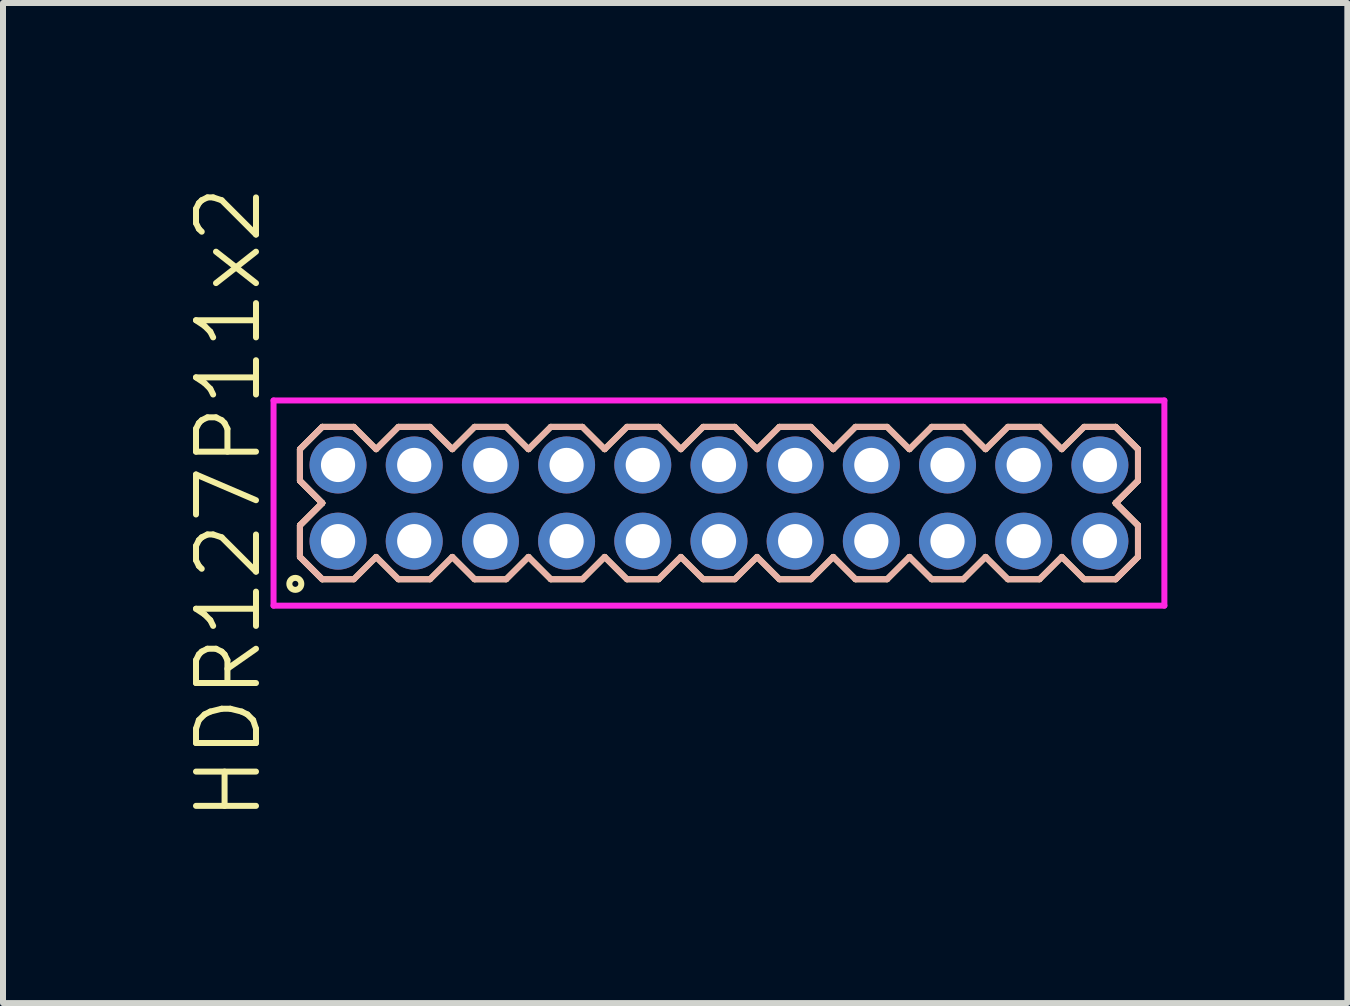
<source format=kicad_pcb>
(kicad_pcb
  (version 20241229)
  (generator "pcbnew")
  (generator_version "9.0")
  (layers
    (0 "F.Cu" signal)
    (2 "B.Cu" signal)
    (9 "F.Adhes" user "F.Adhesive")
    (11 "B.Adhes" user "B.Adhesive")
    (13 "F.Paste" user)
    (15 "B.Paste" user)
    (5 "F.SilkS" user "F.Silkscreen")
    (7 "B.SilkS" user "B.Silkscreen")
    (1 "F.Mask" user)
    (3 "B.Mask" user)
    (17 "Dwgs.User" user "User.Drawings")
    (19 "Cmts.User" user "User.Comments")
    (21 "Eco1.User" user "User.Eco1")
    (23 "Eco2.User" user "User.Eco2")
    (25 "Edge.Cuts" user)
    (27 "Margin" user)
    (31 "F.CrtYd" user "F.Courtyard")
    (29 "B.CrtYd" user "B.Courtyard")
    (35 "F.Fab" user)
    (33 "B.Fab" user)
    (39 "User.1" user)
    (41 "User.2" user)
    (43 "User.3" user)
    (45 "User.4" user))
  (footprint "HDR127P11x2"
    (layer "F.Cu")
    (at 8.935 5.336)
    (property "Reference" "HDR127P11x2" (at -8.175 0 90) (layer "F.SilkS") (effects (font (size 1 1) (thickness 0.1))))
    (attr through_hole)
    (fp_line (start -6.985 -0.898) (end -6.613 -1.27) (stroke (width 0.1) (type solid)) (layer "F.SilkS"))
    (fp_line (start -6.985 -0.898) (end -6.613 -1.27) (stroke (width 0.1) (type solid)) (layer "F.SilkS"))
    (fp_line (start -6.985 -0.372) (end -6.985 -0.898) (stroke (width 0.1) (type solid)) (layer "F.SilkS"))
    (fp_line (start -6.985 -0.372) (end -6.985 -0.898) (stroke (width 0.1) (type solid)) (layer "F.SilkS"))
    (fp_line (start -6.985 0.372) (end -6.613 0) (stroke (width 0.1) (type solid)) (layer "F.SilkS"))
    (fp_line (start -6.985 0.372) (end -6.613 0) (stroke (width 0.1) (type solid)) (layer "F.SilkS"))
    (fp_line (start -6.985 0.898) (end -6.985 0.372) (stroke (width 0.1) (type solid)) (layer "F.SilkS"))
    (fp_line (start -6.985 0.898) (end -6.985 0.372) (stroke (width 0.1) (type solid)) (layer "F.SilkS"))
    (fp_line (start -6.613 -1.27) (end -6.087 -1.27) (stroke (width 0.1) (type solid)) (layer "F.SilkS"))
    (fp_line (start -6.613 0) (end -6.985 -0.372) (stroke (width 0.1) (type solid)) (layer "F.SilkS"))
    (fp_line (start -6.613 0) (end -6.985 -0.372) (stroke (width 0.1) (type solid)) (layer "F.SilkS"))
    (fp_line (start -6.613 1.27) (end -6.985 0.898) (stroke (width 0.1) (type solid)) (layer "F.SilkS"))
    (fp_line (start -6.613 1.27) (end -6.985 0.898) (stroke (width 0.1) (type solid)) (layer "F.SilkS"))
    (fp_line (start -6.087 -1.27) (end -5.715 -0.898) (stroke (width 0.1) (type solid)) (layer "F.SilkS"))
    (fp_line (start -6.087 1.27) (end -6.613 1.27) (stroke (width 0.1) (type solid)) (layer "F.SilkS"))
    (fp_line (start -5.715 -0.898) (end -5.343 -1.27) (stroke (width 0.1) (type solid)) (layer "F.SilkS"))
    (fp_line (start -5.715 0.898) (end -6.087 1.27) (stroke (width 0.1) (type solid)) (layer "F.SilkS"))
    (fp_line (start -5.343 -1.27) (end -4.817 -1.27) (stroke (width 0.1) (type solid)) (layer "F.SilkS"))
    (fp_line (start -5.343 1.27) (end -5.715 0.898) (stroke (width 0.1) (type solid)) (layer "F.SilkS"))
    (fp_line (start -4.817 -1.27) (end -4.445 -0.898) (stroke (width 0.1) (type solid)) (layer "F.SilkS"))
    (fp_line (start -4.817 1.27) (end -5.343 1.27) (stroke (width 0.1) (type solid)) (layer "F.SilkS"))
    (fp_line (start -4.445 -0.898) (end -4.073 -1.27) (stroke (width 0.1) (type solid)) (layer "F.SilkS"))
    (fp_line (start -4.445 0.898) (end -4.817 1.27) (stroke (width 0.1) (type solid)) (layer "F.SilkS"))
    (fp_line (start -4.073 -1.27) (end -3.547 -1.27) (stroke (width 0.1) (type solid)) (layer "F.SilkS"))
    (fp_line (start -4.073 1.27) (end -4.445 0.898) (stroke (width 0.1) (type solid)) (layer "F.SilkS"))
    (fp_line (start -3.547 -1.27) (end -3.175 -0.898) (stroke (width 0.1) (type solid)) (layer "F.SilkS"))
    (fp_line (start -3.547 1.27) (end -4.073 1.27) (stroke (width 0.1) (type solid)) (layer "F.SilkS"))
    (fp_line (start -3.175 -0.898) (end -2.803 -1.27) (stroke (width 0.1) (type solid)) (layer "F.SilkS"))
    (fp_line (start -3.175 0.898) (end -3.547 1.27) (stroke (width 0.1) (type solid)) (layer "F.SilkS"))
    (fp_line (start -2.803 -1.27) (end -2.277 -1.27) (stroke (width 0.1) (type solid)) (layer "F.SilkS"))
    (fp_line (start -2.803 1.27) (end -3.175 0.898) (stroke (width 0.1) (type solid)) (layer "F.SilkS"))
    (fp_line (start -2.277 -1.27) (end -1.905 -0.898) (stroke (width 0.1) (type solid)) (layer "F.SilkS"))
    (fp_line (start -2.277 1.27) (end -2.803 1.27) (stroke (width 0.1) (type solid)) (layer "F.SilkS"))
    (fp_line (start -1.905 -0.898) (end -1.533 -1.27) (stroke (width 0.1) (type solid)) (layer "F.SilkS"))
    (fp_line (start -1.905 0.898) (end -2.277 1.27) (stroke (width 0.1) (type solid)) (layer "F.SilkS"))
    (fp_line (start -1.533 -1.27) (end -1.007 -1.27) (stroke (width 0.1) (type solid)) (layer "F.SilkS"))
    (fp_line (start -1.533 1.27) (end -1.905 0.898) (stroke (width 0.1) (type solid)) (layer "F.SilkS"))
    (fp_line (start -1.007 -1.27) (end -0.635 -0.898) (stroke (width 0.1) (type solid)) (layer "F.SilkS"))
    (fp_line (start -1.007 1.27) (end -1.533 1.27) (stroke (width 0.1) (type solid)) (layer "F.SilkS"))
    (fp_line (start -0.635 -0.898) (end -0.263 -1.27) (stroke (width 0.1) (type solid)) (layer "F.SilkS"))
    (fp_line (start -0.635 0.898) (end -1.007 1.27) (stroke (width 0.1) (type solid)) (layer "F.SilkS"))
    (fp_line (start -0.263 -1.27) (end 0.263 -1.27) (stroke (width 0.1) (type solid)) (layer "F.SilkS"))
    (fp_line (start -0.263 1.27) (end -0.635 0.898) (stroke (width 0.1) (type solid)) (layer "F.SilkS"))
    (fp_line (start 0.263 -1.27) (end 0.635 -0.898) (stroke (width 0.1) (type solid)) (layer "F.SilkS"))
    (fp_line (start 0.263 1.27) (end -0.263 1.27) (stroke (width 0.1) (type solid)) (layer "F.SilkS"))
    (fp_line (start 0.635 -0.898) (end 1.007 -1.27) (stroke (width 0.1) (type solid)) (layer "F.SilkS"))
    (fp_line (start 0.635 0.898) (end 0.263 1.27) (stroke (width 0.1) (type solid)) (layer "F.SilkS"))
    (fp_line (start 1.007 -1.27) (end 1.533 -1.27) (stroke (width 0.1) (type solid)) (layer "F.SilkS"))
    (fp_line (start 1.007 1.27) (end 0.635 0.898) (stroke (width 0.1) (type solid)) (layer "F.SilkS"))
    (fp_line (start 1.533 -1.27) (end 1.905 -0.898) (stroke (width 0.1) (type solid)) (layer "F.SilkS"))
    (fp_line (start 1.533 1.27) (end 1.007 1.27) (stroke (width 0.1) (type solid)) (layer "F.SilkS"))
    (fp_line (start 1.905 -0.898) (end 2.277 -1.27) (stroke (width 0.1) (type solid)) (layer "F.SilkS"))
    (fp_line (start 1.905 0.898) (end 1.533 1.27) (stroke (width 0.1) (type solid)) (layer "F.SilkS"))
    (fp_line (start 2.277 -1.27) (end 2.803 -1.27) (stroke (width 0.1) (type solid)) (layer "F.SilkS"))
    (fp_line (start 2.277 1.27) (end 1.905 0.898) (stroke (width 0.1) (type solid)) (layer "F.SilkS"))
    (fp_line (start 2.803 -1.27) (end 3.175 -0.898) (stroke (width 0.1) (type solid)) (layer "F.SilkS"))
    (fp_line (start 2.803 1.27) (end 2.277 1.27) (stroke (width 0.1) (type solid)) (layer "F.SilkS"))
    (fp_line (start 3.175 -0.898) (end 3.547 -1.27) (stroke (width 0.1) (type solid)) (layer "F.SilkS"))
    (fp_line (start 3.175 0.898) (end 2.803 1.27) (stroke (width 0.1) (type solid)) (layer "F.SilkS"))
    (fp_line (start 3.547 -1.27) (end 4.073 -1.27) (stroke (width 0.1) (type solid)) (layer "F.SilkS"))
    (fp_line (start 3.547 1.27) (end 3.175 0.898) (stroke (width 0.1) (type solid)) (layer "F.SilkS"))
    (fp_line (start 4.073 -1.27) (end 4.445 -0.898) (stroke (width 0.1) (type solid)) (layer "F.SilkS"))
    (fp_line (start 4.073 1.27) (end 3.547 1.27) (stroke (width 0.1) (type solid)) (layer "F.SilkS"))
    (fp_line (start 4.445 -0.898) (end 4.817 -1.27) (stroke (width 0.1) (type solid)) (layer "F.SilkS"))
    (fp_line (start 4.445 0.898) (end 4.073 1.27) (stroke (width 0.1) (type solid)) (layer "F.SilkS"))
    (fp_line (start 4.817 -1.27) (end 5.343 -1.27) (stroke (width 0.1) (type solid)) (layer "F.SilkS"))
    (fp_line (start 4.817 1.27) (end 4.445 0.898) (stroke (width 0.1) (type solid)) (layer "F.SilkS"))
    (fp_line (start 5.343 -1.27) (end 5.715 -0.898) (stroke (width 0.1) (type solid)) (layer "F.SilkS"))
    (fp_line (start 5.343 1.27) (end 4.817 1.27) (stroke (width 0.1) (type solid)) (layer "F.SilkS"))
    (fp_line (start 5.715 -0.898) (end 6.087 -1.27) (stroke (width 0.1) (type solid)) (layer "F.SilkS"))
    (fp_line (start 5.715 0.898) (end 5.343 1.27) (stroke (width 0.1) (type solid)) (layer "F.SilkS"))
    (fp_line (start 6.087 -1.27) (end 6.613 -1.27) (stroke (width 0.1) (type solid)) (layer "F.SilkS"))
    (fp_line (start 6.087 1.27) (end 5.715 0.898) (stroke (width 0.1) (type solid)) (layer "F.SilkS"))
    (fp_line (start 6.613 -1.27) (end 6.985 -0.898) (stroke (width 0.1) (type solid)) (layer "F.SilkS"))
    (fp_line (start 6.613 -1.27) (end 6.985 -0.898) (stroke (width 0.1) (type solid)) (layer "F.SilkS"))
    (fp_line (start 6.613 0) (end 6.985 0.372) (stroke (width 0.1) (type solid)) (layer "F.SilkS"))
    (fp_line (start 6.613 0) (end 6.985 0.372) (stroke (width 0.1) (type solid)) (layer "F.SilkS"))
    (fp_line (start 6.613 1.27) (end 6.087 1.27) (stroke (width 0.1) (type solid)) (layer "F.SilkS"))
    (fp_line (start 6.985 -0.898) (end 6.985 -0.372) (stroke (width 0.1) (type solid)) (layer "F.SilkS"))
    (fp_line (start 6.985 -0.898) (end 6.985 -0.372) (stroke (width 0.1) (type solid)) (layer "F.SilkS"))
    (fp_line (start 6.985 -0.372) (end 6.613 0) (stroke (width 0.1) (type solid)) (layer "F.SilkS"))
    (fp_line (start 6.985 -0.372) (end 6.613 0) (stroke (width 0.1) (type solid)) (layer "F.SilkS"))
    (fp_line (start 6.985 0.372) (end 6.985 0.898) (stroke (width 0.1) (type solid)) (layer "F.SilkS"))
    (fp_line (start 6.985 0.372) (end 6.985 0.898) (stroke (width 0.1) (type solid)) (layer "F.SilkS"))
    (fp_line (start 6.985 0.898) (end 6.613 1.27) (stroke (width 0.1) (type solid)) (layer "F.SilkS"))
    (fp_line (start 6.985 0.898) (end 6.613 1.27) (stroke (width 0.1) (type solid)) (layer "F.SilkS"))
    (fp_circle (center -7.062 1.347) (end -6.962 1.347) (stroke (width 0.1) (type solid)) (fill no) (layer "F.SilkS"))
    (fp_line (start -6.985 -0.898) (end -6.613 -1.27) (stroke (width 0.1) (type solid)) (layer "B.SilkS"))
    (fp_line (start -6.985 -0.898) (end -6.613 -1.27) (stroke (width 0.1) (type solid)) (layer "B.SilkS"))
    (fp_line (start -6.985 -0.372) (end -6.985 -0.898) (stroke (width 0.1) (type solid)) (layer "B.SilkS"))
    (fp_line (start -6.985 -0.372) (end -6.985 -0.898) (stroke (width 0.1) (type solid)) (layer "B.SilkS"))
    (fp_line (start -6.985 0.372) (end -6.613 0) (stroke (width 0.1) (type solid)) (layer "B.SilkS"))
    (fp_line (start -6.985 0.372) (end -6.613 0) (stroke (width 0.1) (type solid)) (layer "B.SilkS"))
    (fp_line (start -6.985 0.898) (end -6.985 0.372) (stroke (width 0.1) (type solid)) (layer "B.SilkS"))
    (fp_line (start -6.985 0.898) (end -6.985 0.372) (stroke (width 0.1) (type solid)) (layer "B.SilkS"))
    (fp_line (start -6.613 -1.27) (end -6.087 -1.27) (stroke (width 0.1) (type solid)) (layer "B.SilkS"))
    (fp_line (start -6.613 0) (end -6.985 -0.372) (stroke (width 0.1) (type solid)) (layer "B.SilkS"))
    (fp_line (start -6.613 0) (end -6.985 -0.372) (stroke (width 0.1) (type solid)) (layer "B.SilkS"))
    (fp_line (start -6.613 1.27) (end -6.985 0.898) (stroke (width 0.1) (type solid)) (layer "B.SilkS"))
    (fp_line (start -6.613 1.27) (end -6.985 0.898) (stroke (width 0.1) (type solid)) (layer "B.SilkS"))
    (fp_line (start -6.087 -1.27) (end -5.715 -0.898) (stroke (width 0.1) (type solid)) (layer "B.SilkS"))
    (fp_line (start -6.087 1.27) (end -6.613 1.27) (stroke (width 0.1) (type solid)) (layer "B.SilkS"))
    (fp_line (start -5.715 -0.898) (end -5.343 -1.27) (stroke (width 0.1) (type solid)) (layer "B.SilkS"))
    (fp_line (start -5.715 0.898) (end -6.087 1.27) (stroke (width 0.1) (type solid)) (layer "B.SilkS"))
    (fp_line (start -5.343 -1.27) (end -4.817 -1.27) (stroke (width 0.1) (type solid)) (layer "B.SilkS"))
    (fp_line (start -5.343 1.27) (end -5.715 0.898) (stroke (width 0.1) (type solid)) (layer "B.SilkS"))
    (fp_line (start -4.817 -1.27) (end -4.445 -0.898) (stroke (width 0.1) (type solid)) (layer "B.SilkS"))
    (fp_line (start -4.817 1.27) (end -5.343 1.27) (stroke (width 0.1) (type solid)) (layer "B.SilkS"))
    (fp_line (start -4.445 -0.898) (end -4.073 -1.27) (stroke (width 0.1) (type solid)) (layer "B.SilkS"))
    (fp_line (start -4.445 0.898) (end -4.817 1.27) (stroke (width 0.1) (type solid)) (layer "B.SilkS"))
    (fp_line (start -4.073 -1.27) (end -3.547 -1.27) (stroke (width 0.1) (type solid)) (layer "B.SilkS"))
    (fp_line (start -4.073 1.27) (end -4.445 0.898) (stroke (width 0.1) (type solid)) (layer "B.SilkS"))
    (fp_line (start -3.547 -1.27) (end -3.175 -0.898) (stroke (width 0.1) (type solid)) (layer "B.SilkS"))
    (fp_line (start -3.547 1.27) (end -4.073 1.27) (stroke (width 0.1) (type solid)) (layer "B.SilkS"))
    (fp_line (start -3.175 -0.898) (end -2.803 -1.27) (stroke (width 0.1) (type solid)) (layer "B.SilkS"))
    (fp_line (start -3.175 0.898) (end -3.547 1.27) (stroke (width 0.1) (type solid)) (layer "B.SilkS"))
    (fp_line (start -2.803 -1.27) (end -2.277 -1.27) (stroke (width 0.1) (type solid)) (layer "B.SilkS"))
    (fp_line (start -2.803 1.27) (end -3.175 0.898) (stroke (width 0.1) (type solid)) (layer "B.SilkS"))
    (fp_line (start -2.277 -1.27) (end -1.905 -0.898) (stroke (width 0.1) (type solid)) (layer "B.SilkS"))
    (fp_line (start -2.277 1.27) (end -2.803 1.27) (stroke (width 0.1) (type solid)) (layer "B.SilkS"))
    (fp_line (start -1.905 -0.898) (end -1.533 -1.27) (stroke (width 0.1) (type solid)) (layer "B.SilkS"))
    (fp_line (start -1.905 0.898) (end -2.277 1.27) (stroke (width 0.1) (type solid)) (layer "B.SilkS"))
    (fp_line (start -1.533 -1.27) (end -1.007 -1.27) (stroke (width 0.1) (type solid)) (layer "B.SilkS"))
    (fp_line (start -1.533 1.27) (end -1.905 0.898) (stroke (width 0.1) (type solid)) (layer "B.SilkS"))
    (fp_line (start -1.007 -1.27) (end -0.635 -0.898) (stroke (width 0.1) (type solid)) (layer "B.SilkS"))
    (fp_line (start -1.007 1.27) (end -1.533 1.27) (stroke (width 0.1) (type solid)) (layer "B.SilkS"))
    (fp_line (start -0.635 -0.898) (end -0.263 -1.27) (stroke (width 0.1) (type solid)) (layer "B.SilkS"))
    (fp_line (start -0.635 0.898) (end -1.007 1.27) (stroke (width 0.1) (type solid)) (layer "B.SilkS"))
    (fp_line (start -0.263 -1.27) (end 0.263 -1.27) (stroke (width 0.1) (type solid)) (layer "B.SilkS"))
    (fp_line (start -0.263 1.27) (end -0.635 0.898) (stroke (width 0.1) (type solid)) (layer "B.SilkS"))
    (fp_line (start 0.263 -1.27) (end 0.635 -0.898) (stroke (width 0.1) (type solid)) (layer "B.SilkS"))
    (fp_line (start 0.263 1.27) (end -0.263 1.27) (stroke (width 0.1) (type solid)) (layer "B.SilkS"))
    (fp_line (start 0.635 -0.898) (end 1.007 -1.27) (stroke (width 0.1) (type solid)) (layer "B.SilkS"))
    (fp_line (start 0.635 0.898) (end 0.263 1.27) (stroke (width 0.1) (type solid)) (layer "B.SilkS"))
    (fp_line (start 1.007 -1.27) (end 1.533 -1.27) (stroke (width 0.1) (type solid)) (layer "B.SilkS"))
    (fp_line (start 1.007 1.27) (end 0.635 0.898) (stroke (width 0.1) (type solid)) (layer "B.SilkS"))
    (fp_line (start 1.533 -1.27) (end 1.905 -0.898) (stroke (width 0.1) (type solid)) (layer "B.SilkS"))
    (fp_line (start 1.533 1.27) (end 1.007 1.27) (stroke (width 0.1) (type solid)) (layer "B.SilkS"))
    (fp_line (start 1.905 -0.898) (end 2.277 -1.27) (stroke (width 0.1) (type solid)) (layer "B.SilkS"))
    (fp_line (start 1.905 0.898) (end 1.533 1.27) (stroke (width 0.1) (type solid)) (layer "B.SilkS"))
    (fp_line (start 2.277 -1.27) (end 2.803 -1.27) (stroke (width 0.1) (type solid)) (layer "B.SilkS"))
    (fp_line (start 2.277 1.27) (end 1.905 0.898) (stroke (width 0.1) (type solid)) (layer "B.SilkS"))
    (fp_line (start 2.803 -1.27) (end 3.175 -0.898) (stroke (width 0.1) (type solid)) (layer "B.SilkS"))
    (fp_line (start 2.803 1.27) (end 2.277 1.27) (stroke (width 0.1) (type solid)) (layer "B.SilkS"))
    (fp_line (start 3.175 -0.898) (end 3.547 -1.27) (stroke (width 0.1) (type solid)) (layer "B.SilkS"))
    (fp_line (start 3.175 0.898) (end 2.803 1.27) (stroke (width 0.1) (type solid)) (layer "B.SilkS"))
    (fp_line (start 3.547 -1.27) (end 4.073 -1.27) (stroke (width 0.1) (type solid)) (layer "B.SilkS"))
    (fp_line (start 3.547 1.27) (end 3.175 0.898) (stroke (width 0.1) (type solid)) (layer "B.SilkS"))
    (fp_line (start 4.073 -1.27) (end 4.445 -0.898) (stroke (width 0.1) (type solid)) (layer "B.SilkS"))
    (fp_line (start 4.073 1.27) (end 3.547 1.27) (stroke (width 0.1) (type solid)) (layer "B.SilkS"))
    (fp_line (start 4.445 -0.898) (end 4.817 -1.27) (stroke (width 0.1) (type solid)) (layer "B.SilkS"))
    (fp_line (start 4.445 0.898) (end 4.073 1.27) (stroke (width 0.1) (type solid)) (layer "B.SilkS"))
    (fp_line (start 4.817 -1.27) (end 5.343 -1.27) (stroke (width 0.1) (type solid)) (layer "B.SilkS"))
    (fp_line (start 4.817 1.27) (end 4.445 0.898) (stroke (width 0.1) (type solid)) (layer "B.SilkS"))
    (fp_line (start 5.343 -1.27) (end 5.715 -0.898) (stroke (width 0.1) (type solid)) (layer "B.SilkS"))
    (fp_line (start 5.343 1.27) (end 4.817 1.27) (stroke (width 0.1) (type solid)) (layer "B.SilkS"))
    (fp_line (start 5.715 -0.898) (end 6.087 -1.27) (stroke (width 0.1) (type solid)) (layer "B.SilkS"))
    (fp_line (start 5.715 0.898) (end 5.343 1.27) (stroke (width 0.1) (type solid)) (layer "B.SilkS"))
    (fp_line (start 6.087 -1.27) (end 6.613 -1.27) (stroke (width 0.1) (type solid)) (layer "B.SilkS"))
    (fp_line (start 6.087 1.27) (end 5.715 0.898) (stroke (width 0.1) (type solid)) (layer "B.SilkS"))
    (fp_line (start 6.613 -1.27) (end 6.985 -0.898) (stroke (width 0.1) (type solid)) (layer "B.SilkS"))
    (fp_line (start 6.613 -1.27) (end 6.985 -0.898) (stroke (width 0.1) (type solid)) (layer "B.SilkS"))
    (fp_line (start 6.613 0) (end 6.985 0.372) (stroke (width 0.1) (type solid)) (layer "B.SilkS"))
    (fp_line (start 6.613 0) (end 6.985 0.372) (stroke (width 0.1) (type solid)) (layer "B.SilkS"))
    (fp_line (start 6.613 1.27) (end 6.087 1.27) (stroke (width 0.1) (type solid)) (layer "B.SilkS"))
    (fp_line (start 6.985 -0.898) (end 6.985 -0.372) (stroke (width 0.1) (type solid)) (layer "B.SilkS"))
    (fp_line (start 6.985 -0.898) (end 6.985 -0.372) (stroke (width 0.1) (type solid)) (layer "B.SilkS"))
    (fp_line (start 6.985 -0.372) (end 6.613 0) (stroke (width 0.1) (type solid)) (layer "B.SilkS"))
    (fp_line (start 6.985 -0.372) (end 6.613 0) (stroke (width 0.1) (type solid)) (layer "B.SilkS"))
    (fp_line (start 6.985 0.372) (end 6.985 0.898) (stroke (width 0.1) (type solid)) (layer "B.SilkS"))
    (fp_line (start 6.985 0.372) (end 6.985 0.898) (stroke (width 0.1) (type solid)) (layer "B.SilkS"))
    (fp_line (start 6.985 0.898) (end 6.613 1.27) (stroke (width 0.1) (type solid)) (layer "B.SilkS"))
    (fp_line (start 6.985 0.898) (end 6.613 1.27) (stroke (width 0.1) (type solid)) (layer "B.SilkS"))
    (fp_line (start -7.425 -1.71) (end -7.425 1.71) (stroke (width 0.1) (type solid)) (layer "F.CrtYd"))
    (fp_line (start -7.425 1.71) (end 7.425 1.71) (stroke (width 0.1) (type solid)) (layer "F.CrtYd"))
    (fp_line (start 7.425 -1.71) (end -7.425 -1.71) (stroke (width 0.1) (type solid)) (layer "F.CrtYd"))
    (fp_line (start 7.425 1.71) (end 7.425 -1.71) (stroke (width 0.1) (type solid)) (layer "F.CrtYd"))
    (pad "1" thru_hole oval (at -6.35 0.635) (size 0.95 0.95) (drill 0.57) (layers "*.Cu" "*.Mask"))
    (pad "2" thru_hole oval (at -6.35 -0.635) (size 0.95 0.95) (drill 0.57) (layers "*.Cu" "*.Mask"))
    (pad "3" thru_hole oval (at -5.08 0.635) (size 0.95 0.95) (drill 0.57) (layers "*.Cu" "*.Mask"))
    (pad "4" thru_hole oval (at -5.08 -0.635) (size 0.95 0.95) (drill 0.57) (layers "*.Cu" "*.Mask"))
    (pad "5" thru_hole oval (at -3.81 0.635) (size 0.95 0.95) (drill 0.57) (layers "*.Cu" "*.Mask"))
    (pad "6" thru_hole oval (at -3.81 -0.635) (size 0.95 0.95) (drill 0.57) (layers "*.Cu" "*.Mask"))
    (pad "7" thru_hole oval (at -2.54 0.635) (size 0.95 0.95) (drill 0.57) (layers "*.Cu" "*.Mask"))
    (pad "8" thru_hole oval (at -2.54 -0.635) (size 0.95 0.95) (drill 0.57) (layers "*.Cu" "*.Mask"))
    (pad "9" thru_hole oval (at -1.27 0.635) (size 0.95 0.95) (drill 0.57) (layers "*.Cu" "*.Mask"))
    (pad "10" thru_hole oval (at -1.27 -0.635) (size 0.95 0.95) (drill 0.57) (layers "*.Cu" "*.Mask"))
    (pad "11" thru_hole oval (at 0 0.635) (size 0.95 0.95) (drill 0.57) (layers "*.Cu" "*.Mask"))
    (pad "12" thru_hole oval (at 0 -0.635) (size 0.95 0.95) (drill 0.57) (layers "*.Cu" "*.Mask"))
    (pad "13" thru_hole oval (at 1.27 0.635) (size 0.95 0.95) (drill 0.57) (layers "*.Cu" "*.Mask"))
    (pad "14" thru_hole oval (at 1.27 -0.635) (size 0.95 0.95) (drill 0.57) (layers "*.Cu" "*.Mask"))
    (pad "15" thru_hole oval (at 2.54 0.635) (size 0.95 0.95) (drill 0.57) (layers "*.Cu" "*.Mask"))
    (pad "16" thru_hole oval (at 2.54 -0.635) (size 0.95 0.95) (drill 0.57) (layers "*.Cu" "*.Mask"))
    (pad "17" thru_hole oval (at 3.81 0.635) (size 0.95 0.95) (drill 0.57) (layers "*.Cu" "*.Mask"))
    (pad "18" thru_hole oval (at 3.81 -0.635) (size 0.95 0.95) (drill 0.57) (layers "*.Cu" "*.Mask"))
    (pad "19" thru_hole oval (at 5.08 0.635) (size 0.95 0.95) (drill 0.57) (layers "*.Cu" "*.Mask"))
    (pad "20" thru_hole oval (at 5.08 -0.635) (size 0.95 0.95) (drill 0.57) (layers "*.Cu" "*.Mask"))
    (pad "21" thru_hole oval (at 6.35 0.635) (size 0.95 0.95) (drill 0.57) (layers "*.Cu" "*.Mask"))
    (pad "22" thru_hole oval (at 6.35 -0.635) (size 0.95 0.95) (drill 0.57) (layers "*.Cu" "*.Mask")))
  (gr_rect
    (start -3 -3)
    (end 19.41 13.671)
    (stroke (width 0.1) (type default))
    (fill no)
    (layer "Edge.Cuts")))
</source>
